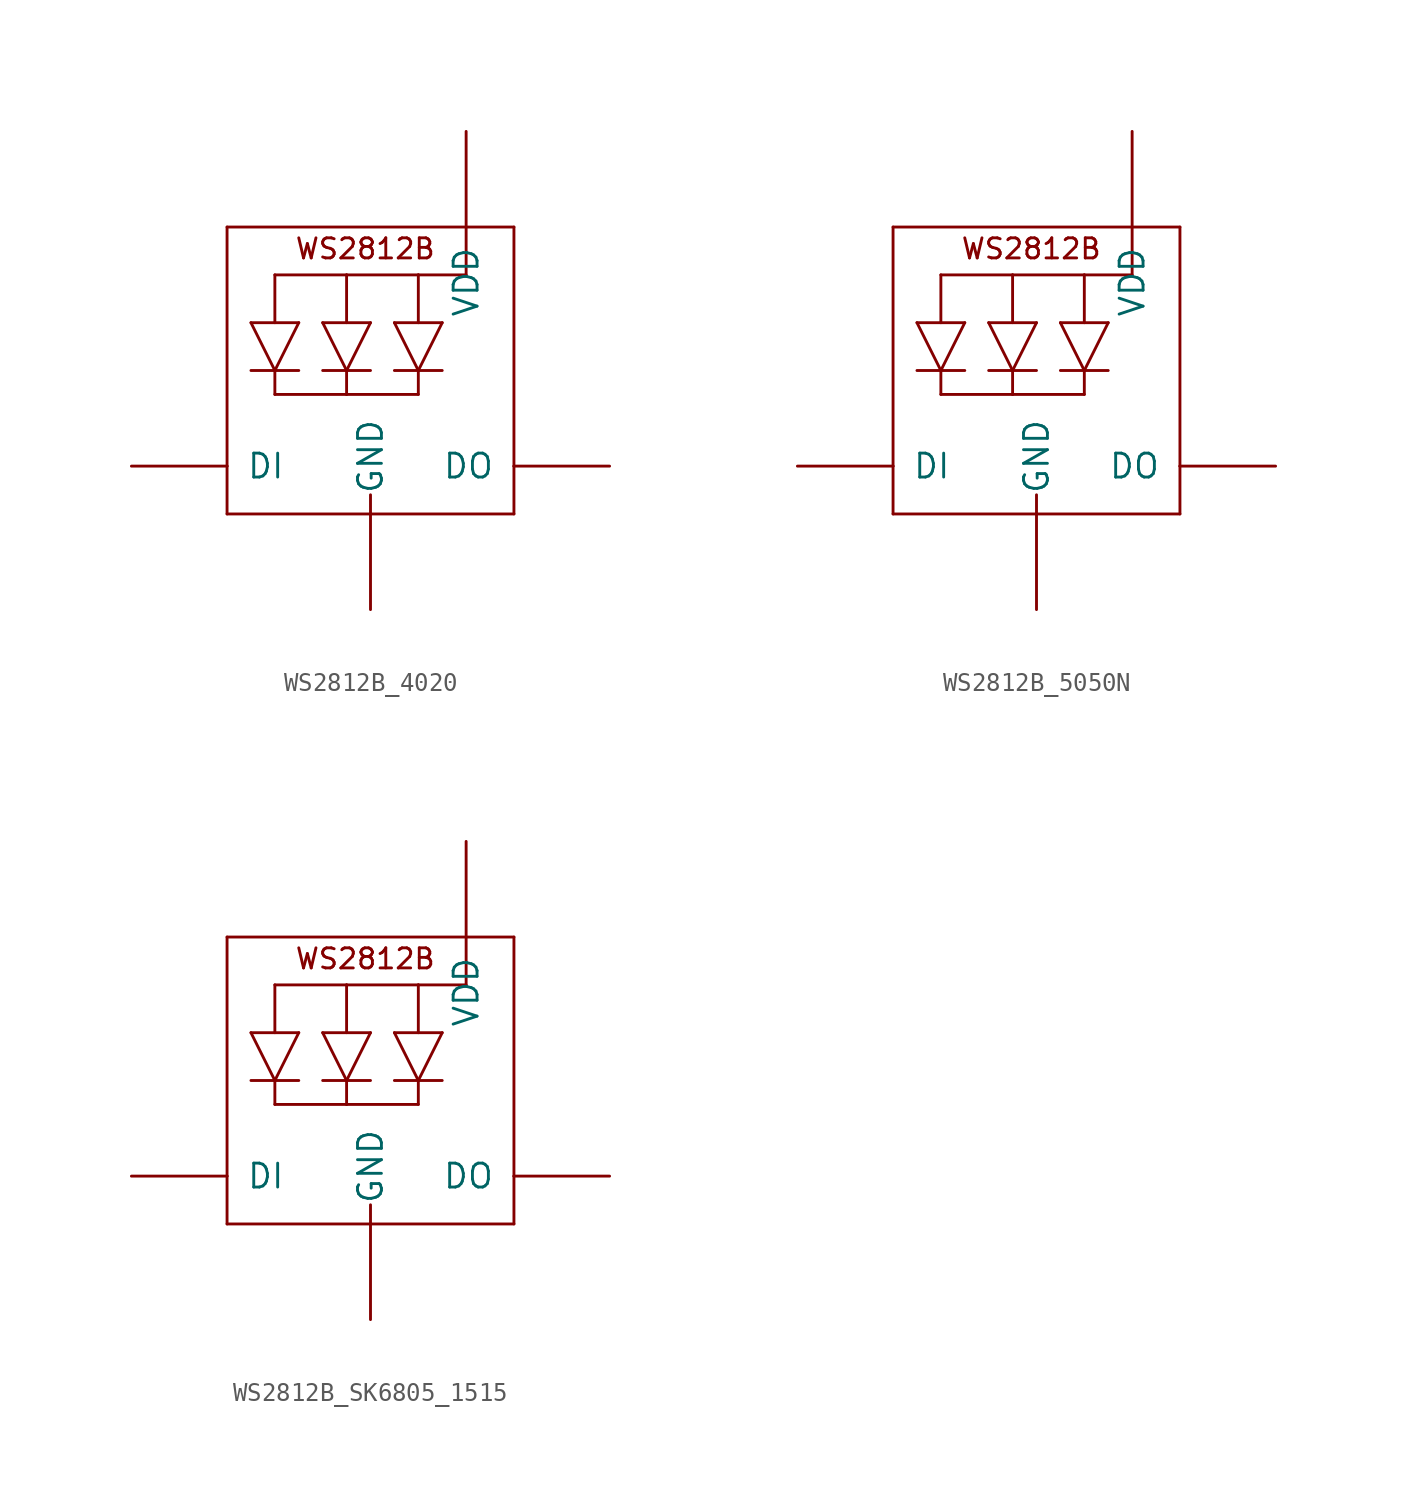
<source format=kicad_sym>
(kicad_symbol_lib
  (version 20211014)
  (generator kicad_symbol_editor)
  (symbol "WS2812B_4020"
    (pin_names
      (offset 1.016))
    (property "Reference" "LED"
      (at 0 0 0)
      (effects (font (size 1.27 1.27)) hide))
    (property "ki_locked" ""
      (at 0 0 0)
      (effects (font (size 1.27 1.27))))
    (symbol "WS2812B_4020_1_0"
      (polyline (pts (xy -7.62 -5.08) (xy 0 -5.08)) (stroke (width 0) (type default) (color 0 0 0 0)) (fill (type none)))
      (polyline (pts (xy -7.62 -2.54) (xy -7.62 -5.08)) (stroke (width 0) (type default) (color 0 0 0 0)) (fill (type none)))
      (polyline (pts (xy -7.62 10.16) (xy -7.62 -2.54)) (stroke (width 0) (type default) (color 0 0 0 0)) (fill (type none)))
      (polyline (pts (xy -6.35 2.54) (xy -5.08 2.54)) (stroke (width 0) (type default) (color 0 0 0 0)) (fill (type none)))
      (polyline (pts (xy -6.35 5.08) (xy -5.08 5.08)) (stroke (width 0) (type default) (color 0 0 0 0)) (fill (type none)))
      (polyline (pts (xy -5.08 2.54) (xy -6.35 5.08)) (stroke (width 0) (type default) (color 0 0 0 0)) (fill (type none)))
      (polyline (pts (xy -5.08 2.54) (xy -5.08 1.27)) (stroke (width 0) (type default) (color 0 0 0 0)) (fill (type none)))
      (polyline (pts (xy -5.08 2.54) (xy -3.81 5.08)) (stroke (width 0) (type default) (color 0 0 0 0)) (fill (type none)))
      (polyline (pts (xy -5.08 5.08) (xy -3.81 5.08)) (stroke (width 0) (type default) (color 0 0 0 0)) (fill (type none)))
      (polyline (pts (xy -5.08 7.62) (xy -5.08 5.08)) (stroke (width 0) (type default) (color 0 0 0 0)) (fill (type none)))
      (polyline (pts (xy -3.81 2.54) (xy -5.08 2.54)) (stroke (width 0) (type default) (color 0 0 0 0)) (fill (type none)))
      (polyline (pts (xy -2.54 2.54) (xy -1.27 2.54)) (stroke (width 0) (type default) (color 0 0 0 0)) (fill (type none)))
      (polyline (pts (xy -2.54 5.08) (xy 0 5.08)) (stroke (width 0) (type default) (color 0 0 0 0)) (fill (type none)))
      (polyline (pts (xy -1.27 1.27) (xy -5.08 1.27)) (stroke (width 0) (type default) (color 0 0 0 0)) (fill (type none)))
      (polyline (pts (xy -1.27 2.54) (xy -2.54 5.08)) (stroke (width 0) (type default) (color 0 0 0 0)) (fill (type none)))
      (polyline (pts (xy -1.27 2.54) (xy -1.27 1.27)) (stroke (width 0) (type default) (color 0 0 0 0)) (fill (type none)))
      (polyline (pts (xy -1.27 2.54) (xy 0 2.54)) (stroke (width 0) (type default) (color 0 0 0 0)) (fill (type none)))
      (polyline (pts (xy -1.27 5.08) (xy -1.27 7.62)) (stroke (width 0) (type default) (color 0 0 0 0)) (fill (type none)))
      (polyline (pts (xy -1.27 7.62) (xy -5.08 7.62)) (stroke (width 0) (type default) (color 0 0 0 0)) (fill (type none)))
      (polyline (pts (xy 0 -5.08) (xy 7.62 -5.08)) (stroke (width 0) (type default) (color 0 0 0 0)) (fill (type none)))
      (polyline (pts (xy 0 -4.064) (xy 0 -5.08)) (stroke (width 0) (type default) (color 0 0 0 0)) (fill (type none)))
      (polyline (pts (xy 0 5.08) (xy -1.27 2.54)) (stroke (width 0) (type default) (color 0 0 0 0)) (fill (type none)))
      (polyline (pts (xy 1.27 5.08) (xy 2.54 2.54)) (stroke (width 0) (type default) (color 0 0 0 0)) (fill (type none)))
      (polyline (pts (xy 1.27 5.08) (xy 2.54 5.08)) (stroke (width 0) (type default) (color 0 0 0 0)) (fill (type none)))
      (polyline (pts (xy 2.54 1.27) (xy -1.27 1.27)) (stroke (width 0) (type default) (color 0 0 0 0)) (fill (type none)))
      (polyline (pts (xy 2.54 2.54) (xy 1.27 2.54)) (stroke (width 0) (type default) (color 0 0 0 0)) (fill (type none)))
      (polyline (pts (xy 2.54 2.54) (xy 2.54 1.27)) (stroke (width 0) (type default) (color 0 0 0 0)) (fill (type none)))
      (polyline (pts (xy 2.54 2.54) (xy 3.81 2.54)) (stroke (width 0) (type default) (color 0 0 0 0)) (fill (type none)))
      (polyline (pts (xy 2.54 2.54) (xy 3.81 5.08)) (stroke (width 0) (type default) (color 0 0 0 0)) (fill (type none)))
      (polyline (pts (xy 2.54 5.08) (xy 2.54 7.62)) (stroke (width 0) (type default) (color 0 0 0 0)) (fill (type none)))
      (polyline (pts (xy 2.54 7.62) (xy -1.27 7.62)) (stroke (width 0) (type default) (color 0 0 0 0)) (fill (type none)))
      (polyline (pts (xy 2.54 7.62) (xy 5.08 7.62)) (stroke (width 0) (type default) (color 0 0 0 0)) (fill (type none)))
      (polyline (pts (xy 3.81 5.08) (xy 2.54 5.08)) (stroke (width 0) (type default) (color 0 0 0 0)) (fill (type none)))
      (polyline (pts (xy 5.08 10.16) (xy -7.62 10.16)) (stroke (width 0) (type default) (color 0 0 0 0)) (fill (type none)))
      (polyline (pts (xy 5.08 10.16) (xy 5.08 7.62)) (stroke (width 0) (type default) (color 0 0 0 0)) (fill (type none)))
      (polyline (pts (xy 7.62 -5.08) (xy 7.62 -2.54)) (stroke (width 0) (type default) (color 0 0 0 0)) (fill (type none)))
      (polyline (pts (xy 7.62 -2.54) (xy 7.62 10.16)) (stroke (width 0) (type default) (color 0 0 0 0)) (fill (type none)))
      (polyline (pts (xy 7.62 10.16) (xy 5.08 10.16)) (stroke (width 0) (type default) (color 0 0 0 0)) (fill (type none)))
      (text "WS2812B" (at -4.064 8.382 0) (effects (font (size 1.067 1.067)) (justify left bottom)))
      (pin input line (at -12.7 -2.54 0) (length 5.08) (name "DI" (effects (font (size 1.27 1.27)))) (number "1" (effects (font (size 0 0)))))
      (pin power_in line (at 5.08 15.24 270) (length 5.08) (name "VDD" (effects (font (size 1.27 1.27)))) (number "2" (effects (font (size 0 0)))))
      (pin output line (at 12.7 -2.54 180) (length 5.08) (name "DO" (effects (font (size 1.27 1.27)))) (number "3" (effects (font (size 0 0)))))
      (pin power_in line (at 0 -10.16 90) (length 5.08) (name "GND" (effects (font (size 1.27 1.27)))) (number "4" (effects (font (size 0 0)))))))
  (symbol "WS2812B_5050N"
    (pin_names
      (offset 1.016))
    (property "Reference" "LED"
      (at 0 0 0)
      (effects (font (size 1.27 1.27)) hide))
    (property "ki_locked" ""
      (at 0 0 0)
      (effects (font (size 1.27 1.27))))
    (symbol "WS2812B_5050N_1_0"
      (polyline (pts (xy -7.62 -5.08) (xy 0 -5.08)) (stroke (width 0) (type default) (color 0 0 0 0)) (fill (type none)))
      (polyline (pts (xy -7.62 -2.54) (xy -7.62 -5.08)) (stroke (width 0) (type default) (color 0 0 0 0)) (fill (type none)))
      (polyline (pts (xy -7.62 10.16) (xy -7.62 -2.54)) (stroke (width 0) (type default) (color 0 0 0 0)) (fill (type none)))
      (polyline (pts (xy -6.35 2.54) (xy -5.08 2.54)) (stroke (width 0) (type default) (color 0 0 0 0)) (fill (type none)))
      (polyline (pts (xy -6.35 5.08) (xy -5.08 5.08)) (stroke (width 0) (type default) (color 0 0 0 0)) (fill (type none)))
      (polyline (pts (xy -5.08 2.54) (xy -6.35 5.08)) (stroke (width 0) (type default) (color 0 0 0 0)) (fill (type none)))
      (polyline (pts (xy -5.08 2.54) (xy -5.08 1.27)) (stroke (width 0) (type default) (color 0 0 0 0)) (fill (type none)))
      (polyline (pts (xy -5.08 2.54) (xy -3.81 5.08)) (stroke (width 0) (type default) (color 0 0 0 0)) (fill (type none)))
      (polyline (pts (xy -5.08 5.08) (xy -3.81 5.08)) (stroke (width 0) (type default) (color 0 0 0 0)) (fill (type none)))
      (polyline (pts (xy -5.08 7.62) (xy -5.08 5.08)) (stroke (width 0) (type default) (color 0 0 0 0)) (fill (type none)))
      (polyline (pts (xy -3.81 2.54) (xy -5.08 2.54)) (stroke (width 0) (type default) (color 0 0 0 0)) (fill (type none)))
      (polyline (pts (xy -2.54 2.54) (xy -1.27 2.54)) (stroke (width 0) (type default) (color 0 0 0 0)) (fill (type none)))
      (polyline (pts (xy -2.54 5.08) (xy 0 5.08)) (stroke (width 0) (type default) (color 0 0 0 0)) (fill (type none)))
      (polyline (pts (xy -1.27 1.27) (xy -5.08 1.27)) (stroke (width 0) (type default) (color 0 0 0 0)) (fill (type none)))
      (polyline (pts (xy -1.27 2.54) (xy -2.54 5.08)) (stroke (width 0) (type default) (color 0 0 0 0)) (fill (type none)))
      (polyline (pts (xy -1.27 2.54) (xy -1.27 1.27)) (stroke (width 0) (type default) (color 0 0 0 0)) (fill (type none)))
      (polyline (pts (xy -1.27 2.54) (xy 0 2.54)) (stroke (width 0) (type default) (color 0 0 0 0)) (fill (type none)))
      (polyline (pts (xy -1.27 5.08) (xy -1.27 7.62)) (stroke (width 0) (type default) (color 0 0 0 0)) (fill (type none)))
      (polyline (pts (xy -1.27 7.62) (xy -5.08 7.62)) (stroke (width 0) (type default) (color 0 0 0 0)) (fill (type none)))
      (polyline (pts (xy 0 -5.08) (xy 7.62 -5.08)) (stroke (width 0) (type default) (color 0 0 0 0)) (fill (type none)))
      (polyline (pts (xy 0 -4.064) (xy 0 -5.08)) (stroke (width 0) (type default) (color 0 0 0 0)) (fill (type none)))
      (polyline (pts (xy 0 5.08) (xy -1.27 2.54)) (stroke (width 0) (type default) (color 0 0 0 0)) (fill (type none)))
      (polyline (pts (xy 1.27 5.08) (xy 2.54 2.54)) (stroke (width 0) (type default) (color 0 0 0 0)) (fill (type none)))
      (polyline (pts (xy 1.27 5.08) (xy 2.54 5.08)) (stroke (width 0) (type default) (color 0 0 0 0)) (fill (type none)))
      (polyline (pts (xy 2.54 1.27) (xy -1.27 1.27)) (stroke (width 0) (type default) (color 0 0 0 0)) (fill (type none)))
      (polyline (pts (xy 2.54 2.54) (xy 1.27 2.54)) (stroke (width 0) (type default) (color 0 0 0 0)) (fill (type none)))
      (polyline (pts (xy 2.54 2.54) (xy 2.54 1.27)) (stroke (width 0) (type default) (color 0 0 0 0)) (fill (type none)))
      (polyline (pts (xy 2.54 2.54) (xy 3.81 2.54)) (stroke (width 0) (type default) (color 0 0 0 0)) (fill (type none)))
      (polyline (pts (xy 2.54 2.54) (xy 3.81 5.08)) (stroke (width 0) (type default) (color 0 0 0 0)) (fill (type none)))
      (polyline (pts (xy 2.54 5.08) (xy 2.54 7.62)) (stroke (width 0) (type default) (color 0 0 0 0)) (fill (type none)))
      (polyline (pts (xy 2.54 7.62) (xy -1.27 7.62)) (stroke (width 0) (type default) (color 0 0 0 0)) (fill (type none)))
      (polyline (pts (xy 2.54 7.62) (xy 5.08 7.62)) (stroke (width 0) (type default) (color 0 0 0 0)) (fill (type none)))
      (polyline (pts (xy 3.81 5.08) (xy 2.54 5.08)) (stroke (width 0) (type default) (color 0 0 0 0)) (fill (type none)))
      (polyline (pts (xy 5.08 10.16) (xy -7.62 10.16)) (stroke (width 0) (type default) (color 0 0 0 0)) (fill (type none)))
      (polyline (pts (xy 5.08 10.16) (xy 5.08 7.62)) (stroke (width 0) (type default) (color 0 0 0 0)) (fill (type none)))
      (polyline (pts (xy 7.62 -5.08) (xy 7.62 -2.54)) (stroke (width 0) (type default) (color 0 0 0 0)) (fill (type none)))
      (polyline (pts (xy 7.62 -2.54) (xy 7.62 10.16)) (stroke (width 0) (type default) (color 0 0 0 0)) (fill (type none)))
      (polyline (pts (xy 7.62 10.16) (xy 5.08 10.16)) (stroke (width 0) (type default) (color 0 0 0 0)) (fill (type none)))
      (text "WS2812B" (at -4.064 8.382 0) (effects (font (size 1.067 1.067)) (justify left bottom)))
      (pin power_in line (at 5.08 15.24 270) (length 5.08) (name "VDD" (effects (font (size 1.27 1.27)))) (number "1-VDD" (effects (font (size 0 0)))))
      (pin output line (at 12.7 -2.54 180) (length 5.08) (name "DO" (effects (font (size 1.27 1.27)))) (number "2-DOUT" (effects (font (size 0 0)))))
      (pin power_in line (at 0 -10.16 90) (length 5.08) (name "GND" (effects (font (size 1.27 1.27)))) (number "3-GND" (effects (font (size 0 0)))))
      (pin input line (at -12.7 -2.54 0) (length 5.08) (name "DI" (effects (font (size 1.27 1.27)))) (number "4-DIN" (effects (font (size 0 0)))))))
  (symbol "WS2812B_SK6805_1515"
    (pin_names
      (offset 1.016))
    (property "Reference" "LED"
      (at 0 0 0)
      (effects (font (size 1.27 1.27)) hide))
    (property "ki_locked" ""
      (at 0 0 0)
      (effects (font (size 1.27 1.27))))
    (symbol "WS2812B_SK6805_1515_1_0"
      (polyline (pts (xy -7.62 -5.08) (xy 0 -5.08)) (stroke (width 0) (type default) (color 0 0 0 0)) (fill (type none)))
      (polyline (pts (xy -7.62 -2.54) (xy -7.62 -5.08)) (stroke (width 0) (type default) (color 0 0 0 0)) (fill (type none)))
      (polyline (pts (xy -7.62 10.16) (xy -7.62 -2.54)) (stroke (width 0) (type default) (color 0 0 0 0)) (fill (type none)))
      (polyline (pts (xy -6.35 2.54) (xy -5.08 2.54)) (stroke (width 0) (type default) (color 0 0 0 0)) (fill (type none)))
      (polyline (pts (xy -6.35 5.08) (xy -5.08 5.08)) (stroke (width 0) (type default) (color 0 0 0 0)) (fill (type none)))
      (polyline (pts (xy -5.08 2.54) (xy -6.35 5.08)) (stroke (width 0) (type default) (color 0 0 0 0)) (fill (type none)))
      (polyline (pts (xy -5.08 2.54) (xy -5.08 1.27)) (stroke (width 0) (type default) (color 0 0 0 0)) (fill (type none)))
      (polyline (pts (xy -5.08 2.54) (xy -3.81 5.08)) (stroke (width 0) (type default) (color 0 0 0 0)) (fill (type none)))
      (polyline (pts (xy -5.08 5.08) (xy -3.81 5.08)) (stroke (width 0) (type default) (color 0 0 0 0)) (fill (type none)))
      (polyline (pts (xy -5.08 7.62) (xy -5.08 5.08)) (stroke (width 0) (type default) (color 0 0 0 0)) (fill (type none)))
      (polyline (pts (xy -3.81 2.54) (xy -5.08 2.54)) (stroke (width 0) (type default) (color 0 0 0 0)) (fill (type none)))
      (polyline (pts (xy -2.54 2.54) (xy -1.27 2.54)) (stroke (width 0) (type default) (color 0 0 0 0)) (fill (type none)))
      (polyline (pts (xy -2.54 5.08) (xy 0 5.08)) (stroke (width 0) (type default) (color 0 0 0 0)) (fill (type none)))
      (polyline (pts (xy -1.27 1.27) (xy -5.08 1.27)) (stroke (width 0) (type default) (color 0 0 0 0)) (fill (type none)))
      (polyline (pts (xy -1.27 2.54) (xy -2.54 5.08)) (stroke (width 0) (type default) (color 0 0 0 0)) (fill (type none)))
      (polyline (pts (xy -1.27 2.54) (xy -1.27 1.27)) (stroke (width 0) (type default) (color 0 0 0 0)) (fill (type none)))
      (polyline (pts (xy -1.27 2.54) (xy 0 2.54)) (stroke (width 0) (type default) (color 0 0 0 0)) (fill (type none)))
      (polyline (pts (xy -1.27 5.08) (xy -1.27 7.62)) (stroke (width 0) (type default) (color 0 0 0 0)) (fill (type none)))
      (polyline (pts (xy -1.27 7.62) (xy -5.08 7.62)) (stroke (width 0) (type default) (color 0 0 0 0)) (fill (type none)))
      (polyline (pts (xy 0 -5.08) (xy 7.62 -5.08)) (stroke (width 0) (type default) (color 0 0 0 0)) (fill (type none)))
      (polyline (pts (xy 0 -4.064) (xy 0 -5.08)) (stroke (width 0) (type default) (color 0 0 0 0)) (fill (type none)))
      (polyline (pts (xy 0 5.08) (xy -1.27 2.54)) (stroke (width 0) (type default) (color 0 0 0 0)) (fill (type none)))
      (polyline (pts (xy 1.27 5.08) (xy 2.54 2.54)) (stroke (width 0) (type default) (color 0 0 0 0)) (fill (type none)))
      (polyline (pts (xy 1.27 5.08) (xy 2.54 5.08)) (stroke (width 0) (type default) (color 0 0 0 0)) (fill (type none)))
      (polyline (pts (xy 2.54 1.27) (xy -1.27 1.27)) (stroke (width 0) (type default) (color 0 0 0 0)) (fill (type none)))
      (polyline (pts (xy 2.54 2.54) (xy 1.27 2.54)) (stroke (width 0) (type default) (color 0 0 0 0)) (fill (type none)))
      (polyline (pts (xy 2.54 2.54) (xy 2.54 1.27)) (stroke (width 0) (type default) (color 0 0 0 0)) (fill (type none)))
      (polyline (pts (xy 2.54 2.54) (xy 3.81 2.54)) (stroke (width 0) (type default) (color 0 0 0 0)) (fill (type none)))
      (polyline (pts (xy 2.54 2.54) (xy 3.81 5.08)) (stroke (width 0) (type default) (color 0 0 0 0)) (fill (type none)))
      (polyline (pts (xy 2.54 5.08) (xy 2.54 7.62)) (stroke (width 0) (type default) (color 0 0 0 0)) (fill (type none)))
      (polyline (pts (xy 2.54 7.62) (xy -1.27 7.62)) (stroke (width 0) (type default) (color 0 0 0 0)) (fill (type none)))
      (polyline (pts (xy 2.54 7.62) (xy 5.08 7.62)) (stroke (width 0) (type default) (color 0 0 0 0)) (fill (type none)))
      (polyline (pts (xy 3.81 5.08) (xy 2.54 5.08)) (stroke (width 0) (type default) (color 0 0 0 0)) (fill (type none)))
      (polyline (pts (xy 5.08 10.16) (xy -7.62 10.16)) (stroke (width 0) (type default) (color 0 0 0 0)) (fill (type none)))
      (polyline (pts (xy 5.08 10.16) (xy 5.08 7.62)) (stroke (width 0) (type default) (color 0 0 0 0)) (fill (type none)))
      (polyline (pts (xy 7.62 -5.08) (xy 7.62 -2.54)) (stroke (width 0) (type default) (color 0 0 0 0)) (fill (type none)))
      (polyline (pts (xy 7.62 -2.54) (xy 7.62 10.16)) (stroke (width 0) (type default) (color 0 0 0 0)) (fill (type none)))
      (polyline (pts (xy 7.62 10.16) (xy 5.08 10.16)) (stroke (width 0) (type default) (color 0 0 0 0)) (fill (type none)))
      (text "WS2812B" (at -4.064 8.382 0) (effects (font (size 1.067 1.067)) (justify left bottom)))
      (pin input line (at -12.7 -2.54 0) (length 5.08) (name "DI" (effects (font (size 1.27 1.27)))) (number "1" (effects (font (size 0 0)))))
      (pin power_in line (at 5.08 15.24 270) (length 5.08) (name "VDD" (effects (font (size 1.27 1.27)))) (number "2" (effects (font (size 0 0)))))
      (pin output line (at 12.7 -2.54 180) (length 5.08) (name "DO" (effects (font (size 1.27 1.27)))) (number "3" (effects (font (size 0 0)))))
      (pin power_in line (at 0 -10.16 90) (length 5.08) (name "GND" (effects (font (size 1.27 1.27)))) (number "4" (effects (font (size 0 0))))))))
</source>
